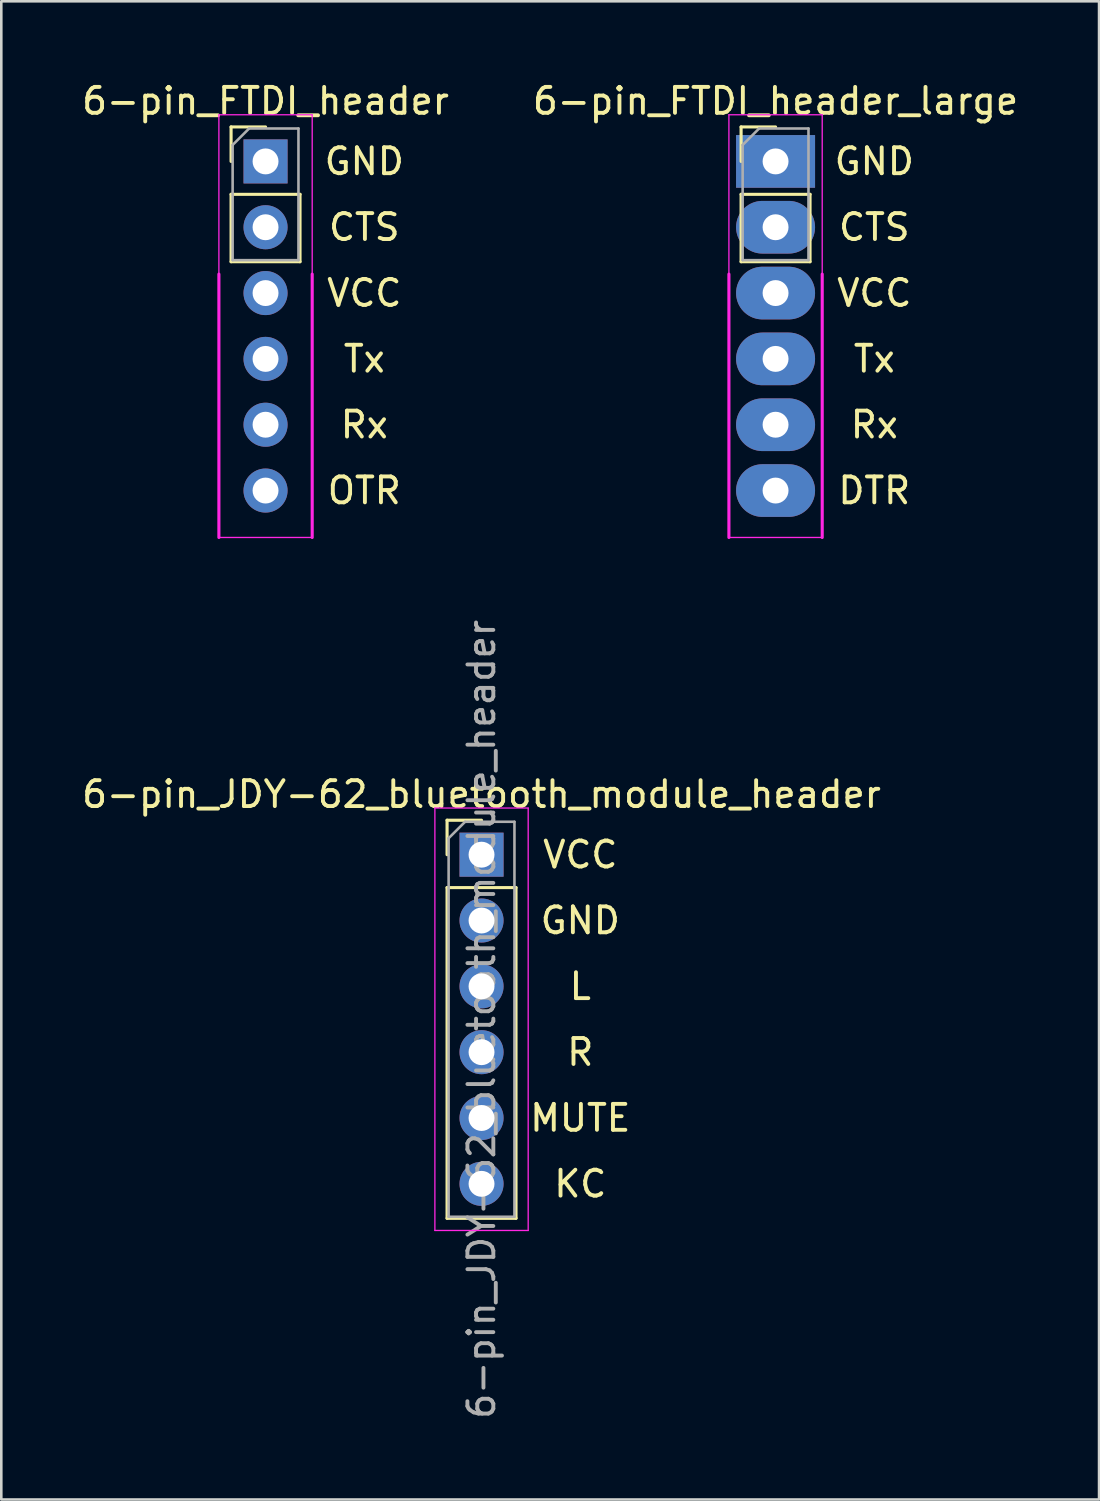
<source format=kicad_pcb>
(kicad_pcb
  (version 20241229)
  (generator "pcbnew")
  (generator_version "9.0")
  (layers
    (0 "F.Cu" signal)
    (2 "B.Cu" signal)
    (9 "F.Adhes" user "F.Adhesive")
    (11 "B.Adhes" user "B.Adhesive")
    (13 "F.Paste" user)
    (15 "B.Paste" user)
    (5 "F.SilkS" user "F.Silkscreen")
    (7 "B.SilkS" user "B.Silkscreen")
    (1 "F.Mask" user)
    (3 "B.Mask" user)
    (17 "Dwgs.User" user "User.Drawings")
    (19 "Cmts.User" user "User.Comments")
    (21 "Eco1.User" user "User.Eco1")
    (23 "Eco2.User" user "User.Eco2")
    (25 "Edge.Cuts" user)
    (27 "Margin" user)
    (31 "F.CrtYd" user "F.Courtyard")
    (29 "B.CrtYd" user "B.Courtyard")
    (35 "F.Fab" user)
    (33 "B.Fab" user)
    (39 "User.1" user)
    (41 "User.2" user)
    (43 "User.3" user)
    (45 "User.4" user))
  (footprint "6-pin_JDY-62_bluetooth_module_header"
    (layer "F.Cu")
    (at 15.53 29.928)
    (property "Reference" "6-pin_JDY-62_bluetooth_module_header" (at 0 -2.33 0) (layer "F.SilkS") (effects (font (size 1 1) (thickness 0.15))))
    (attr through_hole)
    (fp_line (start -1.33 -1.33) (end 0 -1.33) (stroke (width 0.12) (type solid)) (layer "F.SilkS"))
    (fp_line (start -1.33 0) (end -1.33 -1.33) (stroke (width 0.12) (type solid)) (layer "F.SilkS"))
    (fp_line (start -1.33 1.27) (end -1.33 14.03) (stroke (width 0.12) (type solid)) (layer "F.SilkS"))
    (fp_line (start -1.33 1.27) (end 1.33 1.27) (stroke (width 0.12) (type solid)) (layer "F.SilkS"))
    (fp_line (start -1.33 14.03) (end 1.33 14.03) (stroke (width 0.12) (type solid)) (layer "F.SilkS"))
    (fp_line (start 1.33 1.27) (end 1.33 14.03) (stroke (width 0.12) (type solid)) (layer "F.SilkS"))
    (fp_line (start -1.8 -1.8) (end -1.8 14.5) (stroke (width 0.05) (type solid)) (layer "F.CrtYd"))
    (fp_line (start -1.8 14.5) (end 1.8 14.5) (stroke (width 0.05) (type solid)) (layer "F.CrtYd"))
    (fp_line (start 1.8 -1.8) (end -1.8 -1.8) (stroke (width 0.05) (type solid)) (layer "F.CrtYd"))
    (fp_line (start 1.8 14.5) (end 1.8 -1.8) (stroke (width 0.05) (type solid)) (layer "F.CrtYd"))
    (fp_line (start -1.27 -0.635) (end -0.635 -1.27) (stroke (width 0.1) (type solid)) (layer "F.Fab"))
    (fp_line (start -1.27 13.97) (end -1.27 -0.635) (stroke (width 0.1) (type solid)) (layer "F.Fab"))
    (fp_line (start -0.635 -1.27) (end 1.27 -1.27) (stroke (width 0.1) (type solid)) (layer "F.Fab"))
    (fp_line (start 1.27 -1.27) (end 1.27 13.97) (stroke (width 0.1) (type solid)) (layer "F.Fab"))
    (fp_line (start 1.27 13.97) (end -1.27 13.97) (stroke (width 0.1) (type solid)) (layer "F.Fab"))
    (fp_text user "VCC" (at 3.81 0 0) (layer "F.SilkS") (effects (font (size 1 1) (thickness 0.15))))
    (fp_text user "L" (at 3.81 5.08 0) (layer "F.SilkS") (effects (font (size 1 1) (thickness 0.15))))
    (fp_text user "MUTE" (at 3.81 10.16 0) (layer "F.SilkS") (effects (font (size 1 1) (thickness 0.15))))
    (fp_text user "R" (at 3.81 7.62 0) (layer "F.SilkS") (effects (font (size 1 1) (thickness 0.15))))
    (fp_text user "KC" (at 3.81 12.7 0) (layer "F.SilkS") (effects (font (size 1 1) (thickness 0.15))))
    (fp_text user "GND" (at 3.81 2.54 0) (layer "F.SilkS") (effects (font (size 1 1) (thickness 0.15))))
    (fp_text user "${REFERENCE}" (at 0 6.35 90) (layer "F.Fab") (effects (font (size 1 1) (thickness 0.15))))
    (pad "1" thru_hole rect (at 0 0) (size 1.7 1.7) (drill 1) (layers "*.Cu" "*.Mask"))
    (pad "2" thru_hole oval (at 0 2.54) (size 1.7 1.7) (drill 1) (layers "*.Cu" "*.Mask"))
    (pad "3" thru_hole oval (at 0 5.08) (size 1.7 1.7) (drill 1) (layers "*.Cu" "*.Mask"))
    (pad "4" thru_hole oval (at 0 7.62) (size 1.7 1.7) (drill 1) (layers "*.Cu" "*.Mask"))
    (pad "5" thru_hole oval (at 0 10.16) (size 1.7 1.7) (drill 1) (layers "*.Cu" "*.Mask"))
    (pad "6" thru_hole oval (at 0 12.7) (size 1.7 1.7) (drill 1) (layers "*.Cu" "*.Mask")))
  (footprint "6-pin_FTDI_header"
    (layer "F.Cu")
    (at 7.196 3.178)
    (property "Reference" "6-pin_FTDI_header" (at 0 -2.33 0) (layer "F.SilkS") (effects (font (size 1 1) (thickness 0.15))))
    (attr through_hole)
    (fp_line (start -1.33 -1.33) (end 0 -1.33) (stroke (width 0.12) (type solid)) (layer "F.SilkS"))
    (fp_line (start -1.33 0) (end -1.33 -1.33) (stroke (width 0.12) (type solid)) (layer "F.SilkS"))
    (fp_line (start -1.33 1.27) (end -1.33 3.87) (stroke (width 0.12) (type solid)) (layer "F.SilkS"))
    (fp_line (start -1.33 1.27) (end 1.33 1.27) (stroke (width 0.12) (type solid)) (layer "F.SilkS"))
    (fp_line (start -1.33 3.87) (end 1.33 3.87) (stroke (width 0.12) (type solid)) (layer "F.SilkS"))
    (fp_line (start 1.33 1.27) (end 1.33 3.87) (stroke (width 0.12) (type solid)) (layer "F.SilkS"))
    (fp_line (start -1.8 -1.8) (end -1.8 4.35) (stroke (width 0.05) (type solid)) (layer "F.CrtYd"))
    (fp_line (start -1.8 4.35) (end -1.8 14.51) (stroke (width 0.12) (type solid)) (layer "F.CrtYd"))
    (fp_line (start -1.8 14.51) (end 1.8 14.51) (stroke (width 0.05) (type solid)) (layer "F.CrtYd"))
    (fp_line (start 1.8 -1.8) (end -1.8 -1.8) (stroke (width 0.05) (type solid)) (layer "F.CrtYd"))
    (fp_line (start 1.8 4.35) (end 1.8 -1.8) (stroke (width 0.05) (type solid)) (layer "F.CrtYd"))
    (fp_line (start 1.8 14.51) (end 1.8 4.35) (stroke (width 0.12) (type solid)) (layer "F.CrtYd"))
    (fp_line (start -1.27 -0.635) (end -0.635 -1.27) (stroke (width 0.1) (type solid)) (layer "F.Fab"))
    (fp_line (start -1.27 3.81) (end -1.27 -0.635) (stroke (width 0.1) (type solid)) (layer "F.Fab"))
    (fp_line (start -0.635 -1.27) (end 1.27 -1.27) (stroke (width 0.1) (type solid)) (layer "F.Fab"))
    (fp_line (start 1.27 -1.27) (end 1.27 3.81) (stroke (width 0.1) (type solid)) (layer "F.Fab"))
    (fp_line (start 1.27 3.81) (end -1.27 3.81) (stroke (width 0.1) (type solid)) (layer "F.Fab"))
    (fp_text user "GND" (at 3.81 0 0) (layer "F.SilkS") (effects (font (size 1 1) (thickness 0.15))))
    (fp_text user "OTR" (at 3.81 12.7 0) (layer "F.SilkS") (effects (font (size 1 1) (thickness 0.15))))
    (fp_text user "Rx" (at 3.81 10.16 0) (layer "F.SilkS") (effects (font (size 1 1) (thickness 0.15))))
    (fp_text user "VCC" (at 3.81 5.08 0) (layer "F.SilkS") (effects (font (size 1 1) (thickness 0.15))))
    (fp_text user "Tx" (at 3.81 7.62 0) (layer "F.SilkS") (effects (font (size 1 1) (thickness 0.15))))
    (fp_text user "CTS" (at 3.81 2.54 0) (layer "F.SilkS") (effects (font (size 1 1) (thickness 0.15))))
    (pad "1" thru_hole rect (at 0 0) (size 1.7 1.7) (drill 1) (layers "*.Cu" "*.Mask"))
    (pad "2" thru_hole oval (at 0 2.54) (size 1.7 1.7) (drill 1) (layers "*.Cu" "*.Mask"))
    (pad "3" thru_hole oval (at 0 5.08) (size 1.7 1.7) (drill 1) (layers "*.Cu" "*.Mask"))
    (pad "4" thru_hole oval (at 0 7.62) (size 1.7 1.7) (drill 1) (layers "*.Cu" "*.Mask"))
    (pad "5" thru_hole oval (at 0 10.16) (size 1.7 1.7) (drill 1) (layers "*.Cu" "*.Mask"))
    (pad "6" thru_hole oval (at 0 12.7) (size 1.7 1.7) (drill 1) (layers "*.Cu" "*.Mask")))
  (footprint "6-pin_FTDI_header_large"
    (layer "F.Cu")
    (at 26.875 3.178)
    (property "Reference" "6-pin_FTDI_header_large" (at 0 -2.33 0) (layer "F.SilkS") (effects (font (size 1 1) (thickness 0.15))))
    (attr through_hole)
    (fp_line (start -1.33 -1.33) (end 0 -1.33) (stroke (width 0.12) (type solid)) (layer "F.SilkS"))
    (fp_line (start -1.33 0) (end -1.33 -1.33) (stroke (width 0.12) (type solid)) (layer "F.SilkS"))
    (fp_line (start -1.33 1.27) (end -1.33 3.87) (stroke (width 0.12) (type solid)) (layer "F.SilkS"))
    (fp_line (start -1.33 1.27) (end 1.33 1.27) (stroke (width 0.12) (type solid)) (layer "F.SilkS"))
    (fp_line (start -1.33 3.87) (end 1.33 3.87) (stroke (width 0.12) (type solid)) (layer "F.SilkS"))
    (fp_line (start 1.33 1.27) (end 1.33 3.87) (stroke (width 0.12) (type solid)) (layer "F.SilkS"))
    (fp_line (start -1.8 -1.8) (end -1.8 4.35) (stroke (width 0.05) (type solid)) (layer "F.CrtYd"))
    (fp_line (start -1.8 4.35) (end -1.8 14.51) (stroke (width 0.12) (type solid)) (layer "F.CrtYd"))
    (fp_line (start -1.8 14.51) (end 1.8 14.51) (stroke (width 0.05) (type solid)) (layer "F.CrtYd"))
    (fp_line (start 1.8 -1.8) (end -1.8 -1.8) (stroke (width 0.05) (type solid)) (layer "F.CrtYd"))
    (fp_line (start 1.8 4.35) (end 1.8 -1.8) (stroke (width 0.05) (type solid)) (layer "F.CrtYd"))
    (fp_line (start 1.8 14.51) (end 1.8 4.35) (stroke (width 0.12) (type solid)) (layer "F.CrtYd"))
    (fp_line (start -1.27 -0.635) (end -0.635 -1.27) (stroke (width 0.1) (type solid)) (layer "F.Fab"))
    (fp_line (start -1.27 3.81) (end -1.27 -0.635) (stroke (width 0.1) (type solid)) (layer "F.Fab"))
    (fp_line (start -0.635 -1.27) (end 1.27 -1.27) (stroke (width 0.1) (type solid)) (layer "F.Fab"))
    (fp_line (start 1.27 -1.27) (end 1.27 3.81) (stroke (width 0.1) (type solid)) (layer "F.Fab"))
    (fp_line (start 1.27 3.81) (end -1.27 3.81) (stroke (width 0.1) (type solid)) (layer "F.Fab"))
    (fp_text user "GND" (at 3.81 0 0) (layer "F.SilkS") (effects (font (size 1 1) (thickness 0.15))))
    (fp_text user "Rx" (at 3.81 10.16 0) (layer "F.SilkS") (effects (font (size 1 1) (thickness 0.15))))
    (fp_text user "Tx" (at 3.81 7.62 0) (layer "F.SilkS") (effects (font (size 1 1) (thickness 0.15))))
    (fp_text user "CTS" (at 3.81 2.54 0) (layer "F.SilkS") (effects (font (size 1 1) (thickness 0.15))))
    (fp_text user "VCC" (at 3.81 5.08 0) (layer "F.SilkS") (effects (font (size 1 1) (thickness 0.15))))
    (fp_text user "DTR" (at 3.81 12.7 0) (layer "F.SilkS") (effects (font (size 1 1) (thickness 0.15))))
    (pad "1" thru_hole rect (at 0 0) (size 3.048 2.032) (drill 1) (layers "*.Cu" "*.Mask"))
    (pad "2" thru_hole oval (at 0 2.54) (size 3.048 2.032) (drill 1) (layers "*.Cu" "*.Mask"))
    (pad "3" thru_hole oval (at 0 5.08) (size 3.048 2.032) (drill 1) (layers "*.Cu" "*.Mask"))
    (pad "4" thru_hole oval (at 0 7.62) (size 3.048 2.032) (drill 1) (layers "*.Cu" "*.Mask"))
    (pad "5" thru_hole oval (at 0 10.16) (size 3.048 2.032) (drill 1) (layers "*.Cu" "*.Mask"))
    (pad "6" thru_hole oval (at 0 12.7) (size 3.048 2.032) (drill 1) (layers "*.Cu" "*.Mask")))
  (gr_rect
    (start -3 -3)
    (end 39.357 54.808)
    (stroke (width 0.1) (type default))
    (fill no)
    (layer "Edge.Cuts")))
</source>
